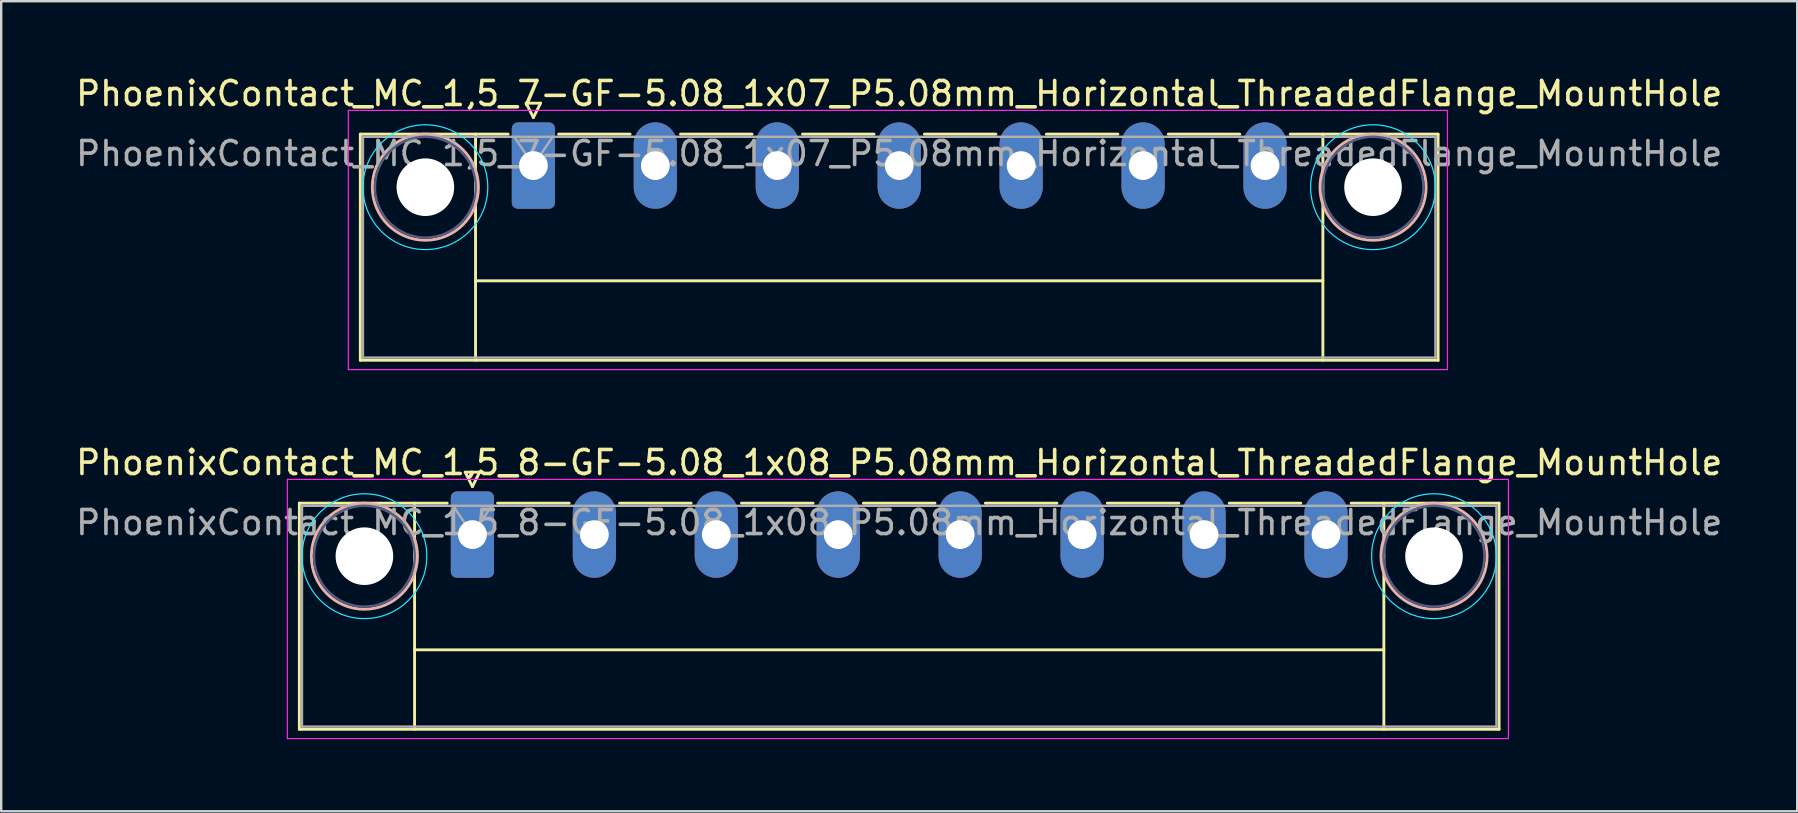
<source format=kicad_pcb>
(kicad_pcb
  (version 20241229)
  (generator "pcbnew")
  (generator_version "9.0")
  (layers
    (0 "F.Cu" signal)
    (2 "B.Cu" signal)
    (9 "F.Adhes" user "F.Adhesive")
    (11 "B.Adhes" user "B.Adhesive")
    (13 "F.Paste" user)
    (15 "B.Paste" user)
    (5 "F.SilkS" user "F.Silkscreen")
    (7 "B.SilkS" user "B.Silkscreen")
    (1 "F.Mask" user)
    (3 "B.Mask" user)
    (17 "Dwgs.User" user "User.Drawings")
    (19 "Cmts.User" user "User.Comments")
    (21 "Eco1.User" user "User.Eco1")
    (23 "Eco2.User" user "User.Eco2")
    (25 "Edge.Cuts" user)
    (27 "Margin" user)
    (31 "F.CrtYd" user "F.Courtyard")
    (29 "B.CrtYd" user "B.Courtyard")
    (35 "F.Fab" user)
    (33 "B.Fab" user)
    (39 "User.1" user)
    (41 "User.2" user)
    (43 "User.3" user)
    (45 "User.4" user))
  (footprint "PhoenixContact_MC_1,5_7-GF-5.08_1x07_P5.08mm_Horizontal_ThreadedFlange_MountHole"
    (layer "F.Cu")
    (at 19.171 3.848)
    (property "Reference" "PhoenixContact_MC_1,5_7-GF-5.08_1x07_P5.08mm_Horizontal_ThreadedFlange_MountHole" (at 15.24 -3 0) (layer "F.SilkS") (effects (font (size 1 1) (thickness 0.15))))
    (attr through_hole)
    (fp_line (start -7.21 -1.31) (end -7.21 8.11) (stroke (width 0.12) (type solid)) (layer "F.SilkS"))
    (fp_line (start -7.21 -1.31) (end -1.05 -1.31) (stroke (width 0.12) (type solid)) (layer "F.SilkS"))
    (fp_line (start -7.21 8.11) (end 37.69 8.11) (stroke (width 0.12) (type solid)) (layer "F.SilkS"))
    (fp_line (start -2.41 -1.31) (end -2.41 8.11) (stroke (width 0.12) (type solid)) (layer "F.SilkS"))
    (fp_line (start -2.41 4.8) (end 32.89 4.8) (stroke (width 0.12) (type solid)) (layer "F.SilkS"))
    (fp_line (start -0.3 -2.6) (end 0.3 -2.6) (stroke (width 0.12) (type solid)) (layer "F.SilkS"))
    (fp_line (start 0 -2) (end -0.3 -2.6) (stroke (width 0.12) (type solid)) (layer "F.SilkS"))
    (fp_line (start 0.3 -2.6) (end 0 -2) (stroke (width 0.12) (type solid)) (layer "F.SilkS"))
    (fp_line (start 1.05 -1.31) (end 4.03 -1.31) (stroke (width 0.12) (type solid)) (layer "F.SilkS"))
    (fp_line (start 6.13 -1.31) (end 9.11 -1.31) (stroke (width 0.12) (type solid)) (layer "F.SilkS"))
    (fp_line (start 11.21 -1.31) (end 14.19 -1.31) (stroke (width 0.12) (type solid)) (layer "F.SilkS"))
    (fp_line (start 16.29 -1.31) (end 19.27 -1.31) (stroke (width 0.12) (type solid)) (layer "F.SilkS"))
    (fp_line (start 21.37 -1.31) (end 24.35 -1.31) (stroke (width 0.12) (type solid)) (layer "F.SilkS"))
    (fp_line (start 26.45 -1.31) (end 29.43 -1.31) (stroke (width 0.12) (type solid)) (layer "F.SilkS"))
    (fp_line (start 32.89 -1.31) (end 32.89 8.11) (stroke (width 0.12) (type solid)) (layer "F.SilkS"))
    (fp_line (start 37.69 -1.31) (end 31.53 -1.31) (stroke (width 0.12) (type solid)) (layer "F.SilkS"))
    (fp_line (start 37.69 8.11) (end 37.69 -1.31) (stroke (width 0.12) (type solid)) (layer "F.SilkS"))
    (fp_circle (center -4.5 0.9) (end -2.29 0.9) (stroke (width 0.12) (type solid)) (fill no) (layer "B.SilkS"))
    (fp_circle (center 34.98 0.9) (end 37.19 0.9) (stroke (width 0.12) (type solid)) (fill no) (layer "B.SilkS"))
    (fp_circle (center -4.5 0.9) (end -1.9 0.9) (stroke (width 0.05) (type solid)) (fill no) (layer "B.CrtYd"))
    (fp_circle (center 34.98 0.9) (end 37.58 0.9) (stroke (width 0.05) (type solid)) (fill no) (layer "B.CrtYd"))
    (fp_line (start -7.71 -2.3) (end -7.71 8.5) (stroke (width 0.05) (type solid)) (layer "F.CrtYd"))
    (fp_line (start -7.71 8.5) (end 38.08 8.5) (stroke (width 0.05) (type solid)) (layer "F.CrtYd"))
    (fp_line (start 38.08 -2.3) (end -7.71 -2.3) (stroke (width 0.05) (type solid)) (layer "F.CrtYd"))
    (fp_line (start 38.08 8.5) (end 38.08 -2.3) (stroke (width 0.05) (type solid)) (layer "F.CrtYd"))
    (fp_circle (center -4.5 0.9) (end -2.4 0.9) (stroke (width 0.1) (type solid)) (fill no) (layer "B.Fab"))
    (fp_circle (center 34.98 0.9) (end 37.08 0.9) (stroke (width 0.1) (type solid)) (fill no) (layer "B.Fab"))
    (fp_line (start -7.1 -1.2) (end -7.1 8) (stroke (width 0.1) (type solid)) (layer "F.Fab"))
    (fp_line (start -7.1 8) (end 37.58 8) (stroke (width 0.1) (type solid)) (layer "F.Fab"))
    (fp_line (start 0 0) (end -0.8 -1.2) (stroke (width 0.1) (type solid)) (layer "F.Fab"))
    (fp_line (start 0.8 -1.2) (end 0 0) (stroke (width 0.1) (type solid)) (layer "F.Fab"))
    (fp_line (start 37.58 -1.2) (end -7.1 -1.2) (stroke (width 0.1) (type solid)) (layer "F.Fab"))
    (fp_line (start 37.58 8) (end 37.58 -1.2) (stroke (width 0.1) (type solid)) (layer "F.Fab"))
    (fp_text user "${REFERENCE}" (at 15.24 -0.5 0) (layer "F.Fab") (effects (font (size 1 1) (thickness 0.15))))
    (pad "" np_thru_hole circle (at -4.5 0.9) (size 2.4 2.4) (drill 2.4) (layers "*.Cu" "*.Mask"))
    (pad "" np_thru_hole circle (at 34.98 0.9) (size 2.4 2.4) (drill 2.4) (layers "*.Cu" "*.Mask"))
    (pad "1" thru_hole roundrect (at 0 0) (size 1.8 3.6) (drill 1.2) (layers "*.Cu" "*.Mask") (roundrect_rratio 0.139))
    (pad "2" thru_hole oval (at 5.08 0) (size 1.8 3.6) (drill 1.2) (layers "*.Cu" "*.Mask"))
    (pad "3" thru_hole oval (at 10.16 0) (size 1.8 3.6) (drill 1.2) (layers "*.Cu" "*.Mask"))
    (pad "4" thru_hole oval (at 15.24 0) (size 1.8 3.6) (drill 1.2) (layers "*.Cu" "*.Mask"))
    (pad "5" thru_hole oval (at 20.32 0) (size 1.8 3.6) (drill 1.2) (layers "*.Cu" "*.Mask"))
    (pad "6" thru_hole oval (at 25.4 0) (size 1.8 3.6) (drill 1.2) (layers "*.Cu" "*.Mask"))
    (pad "7" thru_hole oval (at 30.48 0) (size 1.8 3.6) (drill 1.2) (layers "*.Cu" "*.Mask")))
  (footprint "PhoenixContact_MC_1,5_8-GF-5.08_1x08_P5.08mm_Horizontal_ThreadedFlange_MountHole"
    (layer "F.Cu")
    (at 16.631 19.221)
    (property "Reference" "PhoenixContact_MC_1,5_8-GF-5.08_1x08_P5.08mm_Horizontal_ThreadedFlange_MountHole" (at 17.78 -3 0) (layer "F.SilkS") (effects (font (size 1 1) (thickness 0.15))))
    (attr through_hole)
    (fp_line (start -7.21 -1.31) (end -7.21 8.11) (stroke (width 0.12) (type solid)) (layer "F.SilkS"))
    (fp_line (start -7.21 -1.31) (end -1.05 -1.31) (stroke (width 0.12) (type solid)) (layer "F.SilkS"))
    (fp_line (start -7.21 8.11) (end 42.77 8.11) (stroke (width 0.12) (type solid)) (layer "F.SilkS"))
    (fp_line (start -2.41 -1.31) (end -2.41 8.11) (stroke (width 0.12) (type solid)) (layer "F.SilkS"))
    (fp_line (start -2.41 4.8) (end 37.97 4.8) (stroke (width 0.12) (type solid)) (layer "F.SilkS"))
    (fp_line (start -0.3 -2.6) (end 0.3 -2.6) (stroke (width 0.12) (type solid)) (layer "F.SilkS"))
    (fp_line (start 0 -2) (end -0.3 -2.6) (stroke (width 0.12) (type solid)) (layer "F.SilkS"))
    (fp_line (start 0.3 -2.6) (end 0 -2) (stroke (width 0.12) (type solid)) (layer "F.SilkS"))
    (fp_line (start 1.05 -1.31) (end 4.03 -1.31) (stroke (width 0.12) (type solid)) (layer "F.SilkS"))
    (fp_line (start 6.13 -1.31) (end 9.11 -1.31) (stroke (width 0.12) (type solid)) (layer "F.SilkS"))
    (fp_line (start 11.21 -1.31) (end 14.19 -1.31) (stroke (width 0.12) (type solid)) (layer "F.SilkS"))
    (fp_line (start 16.29 -1.31) (end 19.27 -1.31) (stroke (width 0.12) (type solid)) (layer "F.SilkS"))
    (fp_line (start 21.37 -1.31) (end 24.35 -1.31) (stroke (width 0.12) (type solid)) (layer "F.SilkS"))
    (fp_line (start 26.45 -1.31) (end 29.43 -1.31) (stroke (width 0.12) (type solid)) (layer "F.SilkS"))
    (fp_line (start 31.53 -1.31) (end 34.51 -1.31) (stroke (width 0.12) (type solid)) (layer "F.SilkS"))
    (fp_line (start 37.97 -1.31) (end 37.97 8.11) (stroke (width 0.12) (type solid)) (layer "F.SilkS"))
    (fp_line (start 42.77 -1.31) (end 36.61 -1.31) (stroke (width 0.12) (type solid)) (layer "F.SilkS"))
    (fp_line (start 42.77 8.11) (end 42.77 -1.31) (stroke (width 0.12) (type solid)) (layer "F.SilkS"))
    (fp_circle (center -4.5 0.9) (end -2.29 0.9) (stroke (width 0.12) (type solid)) (fill no) (layer "B.SilkS"))
    (fp_circle (center 40.06 0.9) (end 42.27 0.9) (stroke (width 0.12) (type solid)) (fill no) (layer "B.SilkS"))
    (fp_circle (center -4.5 0.9) (end -1.9 0.9) (stroke (width 0.05) (type solid)) (fill no) (layer "B.CrtYd"))
    (fp_circle (center 40.06 0.9) (end 42.66 0.9) (stroke (width 0.05) (type solid)) (fill no) (layer "B.CrtYd"))
    (fp_line (start -7.71 -2.3) (end -7.71 8.5) (stroke (width 0.05) (type solid)) (layer "F.CrtYd"))
    (fp_line (start -7.71 8.5) (end 43.16 8.5) (stroke (width 0.05) (type solid)) (layer "F.CrtYd"))
    (fp_line (start 43.16 -2.3) (end -7.71 -2.3) (stroke (width 0.05) (type solid)) (layer "F.CrtYd"))
    (fp_line (start 43.16 8.5) (end 43.16 -2.3) (stroke (width 0.05) (type solid)) (layer "F.CrtYd"))
    (fp_circle (center -4.5 0.9) (end -2.4 0.9) (stroke (width 0.1) (type solid)) (fill no) (layer "B.Fab"))
    (fp_circle (center 40.06 0.9) (end 42.16 0.9) (stroke (width 0.1) (type solid)) (fill no) (layer "B.Fab"))
    (fp_line (start -7.1 -1.2) (end -7.1 8) (stroke (width 0.1) (type solid)) (layer "F.Fab"))
    (fp_line (start -7.1 8) (end 42.66 8) (stroke (width 0.1) (type solid)) (layer "F.Fab"))
    (fp_line (start 0 0) (end -0.8 -1.2) (stroke (width 0.1) (type solid)) (layer "F.Fab"))
    (fp_line (start 0.8 -1.2) (end 0 0) (stroke (width 0.1) (type solid)) (layer "F.Fab"))
    (fp_line (start 42.66 -1.2) (end -7.1 -1.2) (stroke (width 0.1) (type solid)) (layer "F.Fab"))
    (fp_line (start 42.66 8) (end 42.66 -1.2) (stroke (width 0.1) (type solid)) (layer "F.Fab"))
    (fp_text user "${REFERENCE}" (at 17.78 -0.5 0) (layer "F.Fab") (effects (font (size 1 1) (thickness 0.15))))
    (pad "" np_thru_hole circle (at -4.5 0.9) (size 2.4 2.4) (drill 2.4) (layers "*.Cu" "*.Mask"))
    (pad "" np_thru_hole circle (at 40.06 0.9) (size 2.4 2.4) (drill 2.4) (layers "*.Cu" "*.Mask"))
    (pad "1" thru_hole roundrect (at 0 0) (size 1.8 3.6) (drill 1.2) (layers "*.Cu" "*.Mask") (roundrect_rratio 0.139))
    (pad "2" thru_hole oval (at 5.08 0) (size 1.8 3.6) (drill 1.2) (layers "*.Cu" "*.Mask"))
    (pad "3" thru_hole oval (at 10.16 0) (size 1.8 3.6) (drill 1.2) (layers "*.Cu" "*.Mask"))
    (pad "4" thru_hole oval (at 15.24 0) (size 1.8 3.6) (drill 1.2) (layers "*.Cu" "*.Mask"))
    (pad "5" thru_hole oval (at 20.32 0) (size 1.8 3.6) (drill 1.2) (layers "*.Cu" "*.Mask"))
    (pad "6" thru_hole oval (at 25.4 0) (size 1.8 3.6) (drill 1.2) (layers "*.Cu" "*.Mask"))
    (pad "7" thru_hole oval (at 30.48 0) (size 1.8 3.6) (drill 1.2) (layers "*.Cu" "*.Mask"))
    (pad "8" thru_hole oval (at 35.56 0) (size 1.8 3.6) (drill 1.2) (layers "*.Cu" "*.Mask")))
  (gr_rect
    (start -3 -3)
    (end 71.821 30.747)
    (stroke (width 0.1) (type default))
    (fill no)
    (layer "Edge.Cuts")))
</source>
